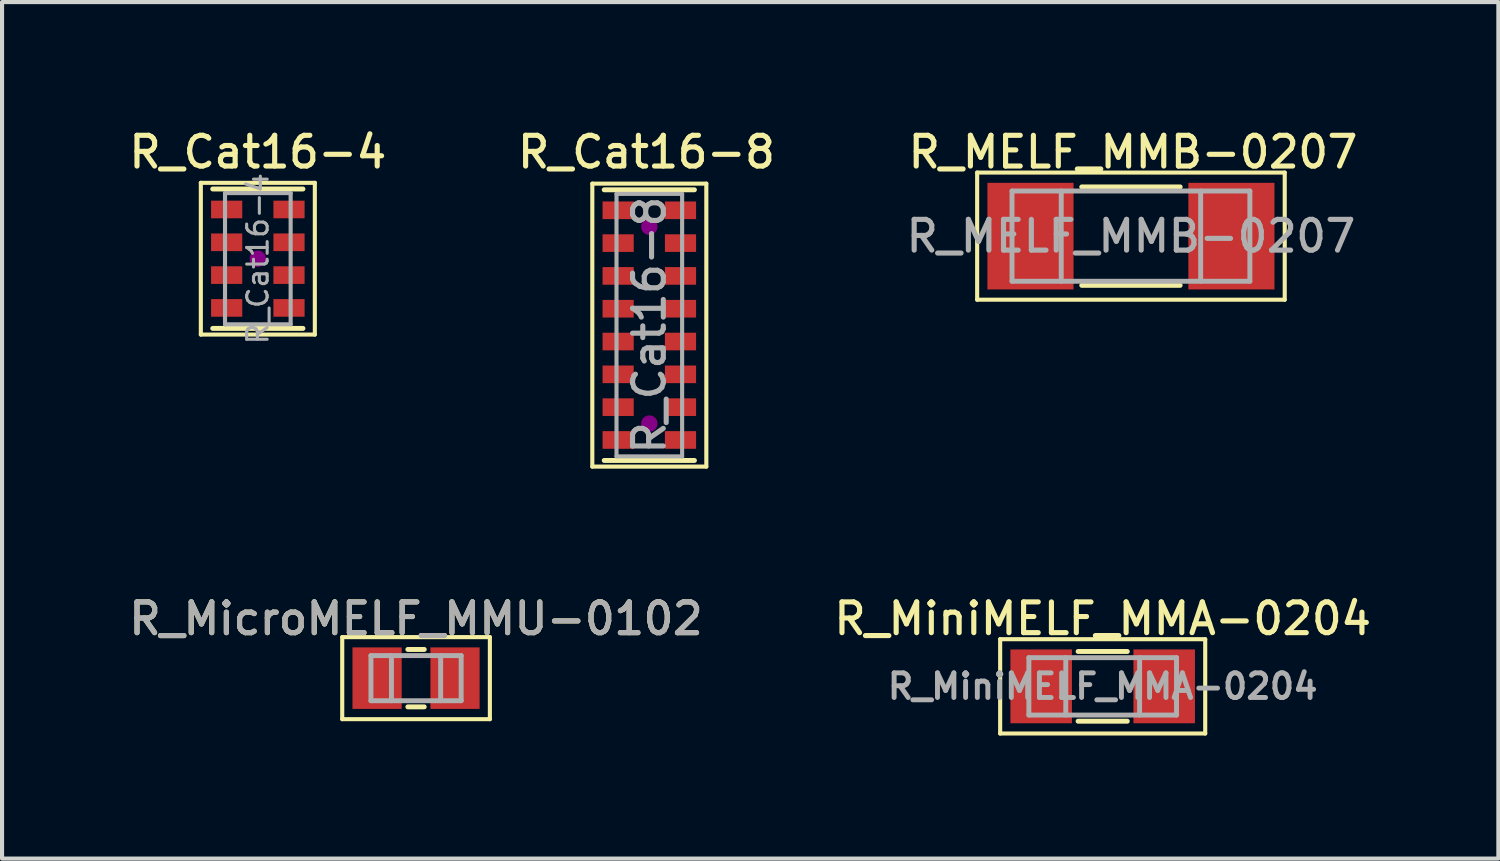
<source format=kicad_pcb>
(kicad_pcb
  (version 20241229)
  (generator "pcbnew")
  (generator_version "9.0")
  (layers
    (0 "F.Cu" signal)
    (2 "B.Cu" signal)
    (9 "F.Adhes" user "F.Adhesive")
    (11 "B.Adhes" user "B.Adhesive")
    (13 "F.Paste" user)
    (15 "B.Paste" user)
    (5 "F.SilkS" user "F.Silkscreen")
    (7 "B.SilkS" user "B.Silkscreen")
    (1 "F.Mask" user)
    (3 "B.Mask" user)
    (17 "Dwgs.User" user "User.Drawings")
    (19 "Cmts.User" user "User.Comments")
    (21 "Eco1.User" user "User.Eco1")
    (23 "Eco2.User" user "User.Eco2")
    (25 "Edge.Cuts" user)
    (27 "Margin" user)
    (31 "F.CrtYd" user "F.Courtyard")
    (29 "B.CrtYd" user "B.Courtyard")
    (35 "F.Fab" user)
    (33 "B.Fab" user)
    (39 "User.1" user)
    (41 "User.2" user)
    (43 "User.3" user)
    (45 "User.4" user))
  (footprint "R_Cat16-8"
    (layer "F.Cu")
    (at 12.783 4.878)
    (property "Reference" "R_Cat16-8" (at -0.07 -4.22 0) (layer "F.SilkS") (effects (font (size 0.75 0.75) (thickness 0.125))))
    (attr smd)
    (fp_line (start -1.39 -3.45) (end -1.39 3.45) (stroke (width 0.1) (type solid)) (layer "F.SilkS"))
    (fp_line (start -1.39 -3.45) (end 1.39 -3.45) (stroke (width 0.1) (type solid)) (layer "F.SilkS"))
    (fp_line (start 1.1 -3.3) (end -1.1 -3.3) (stroke (width 0.12) (type solid)) (layer "F.SilkS"))
    (fp_line (start 1.1 3.3) (end -1.1 3.3) (stroke (width 0.12) (type solid)) (layer "F.SilkS"))
    (fp_line (start 1.39 3.45) (end -1.39 3.45) (stroke (width 0.1) (type solid)) (layer "F.SilkS"))
    (fp_line (start 1.39 3.45) (end 1.39 -3.45) (stroke (width 0.1) (type solid)) (layer "F.SilkS"))
    (fp_circle (center 0 -2.4) (end -0.1 -2.4) (stroke (width 0.2) (type solid)) (fill no) (layer "F.Adhes"))
    (fp_circle (center 0 2.4) (end -0.1 2.4) (stroke (width 0.2) (type solid)) (fill no) (layer "F.Adhes"))
    (fp_line (start -0.8 -3.2) (end 0.8 -3.2) (stroke (width 0.1) (type solid)) (layer "F.Fab"))
    (fp_line (start -0.8 3.2) (end -0.8 -3.2) (stroke (width 0.1) (type solid)) (layer "F.Fab"))
    (fp_line (start 0.8 -3.2) (end 0.8 3.2) (stroke (width 0.1) (type solid)) (layer "F.Fab"))
    (fp_line (start 0.8 3.2) (end -0.8 3.2) (stroke (width 0.1) (type solid)) (layer "F.Fab"))
    (fp_text user "${REFERENCE}" (at 0 0 90) (layer "F.Fab") (effects (font (size 0.75 0.75) (thickness 0.125))))
    (pad "1" smd rect (at -0.76 -2.8 180) (size 0.76 0.43) (layers "F.Cu" "F.Mask" "F.Paste"))
    (pad "2" smd rect (at -0.76 -2 180) (size 0.76 0.43) (layers "F.Cu" "F.Mask" "F.Paste"))
    (pad "3" smd rect (at -0.76 -1.2 180) (size 0.76 0.43) (layers "F.Cu" "F.Mask" "F.Paste"))
    (pad "4" smd rect (at -0.76 -0.4 180) (size 0.76 0.43) (layers "F.Cu" "F.Mask" "F.Paste"))
    (pad "5" smd rect (at -0.76 0.4 180) (size 0.76 0.43) (layers "F.Cu" "F.Mask" "F.Paste"))
    (pad "6" smd rect (at -0.76 1.2 180) (size 0.76 0.43) (layers "F.Cu" "F.Mask" "F.Paste"))
    (pad "7" smd rect (at -0.76 2 180) (size 0.76 0.43) (layers "F.Cu" "F.Mask" "F.Paste"))
    (pad "8" smd rect (at -0.76 2.8 180) (size 0.76 0.43) (layers "F.Cu" "F.Mask" "F.Paste"))
    (pad "9" smd rect (at 0.76 2.8 180) (size 0.76 0.43) (layers "F.Cu" "F.Mask" "F.Paste"))
    (pad "10" smd rect (at 0.76 2 180) (size 0.76 0.43) (layers "F.Cu" "F.Mask" "F.Paste"))
    (pad "11" smd rect (at 0.76 1.2 180) (size 0.76 0.43) (layers "F.Cu" "F.Mask" "F.Paste"))
    (pad "12" smd rect (at 0.76 0.4 180) (size 0.76 0.43) (layers "F.Cu" "F.Mask" "F.Paste"))
    (pad "13" smd rect (at 0.76 -0.4 180) (size 0.76 0.43) (layers "F.Cu" "F.Mask" "F.Paste"))
    (pad "14" smd rect (at 0.76 -1.2 180) (size 0.76 0.43) (layers "F.Cu" "F.Mask" "F.Paste"))
    (pad "15" smd rect (at 0.76 -2 180) (size 0.76 0.43) (layers "F.Cu" "F.Mask" "F.Paste"))
    (pad "16" smd rect (at 0.76 -2.8 180) (size 0.76 0.43) (layers "F.Cu" "F.Mask" "F.Paste")))
  (footprint "R_MELF_MMB-0207"
    (layer "F.Cu")
    (at 24.527 2.708)
    (property "Reference" "R_MELF_MMB-0207" (at 0.05 -2.05 0) (layer "F.SilkS") (effects (font (size 0.75 0.75) (thickness 0.125))))
    (attr smd)
    (fp_line (start -3.75 -1.55) (end -3.75 1.55) (stroke (width 0.1) (type solid)) (layer "F.SilkS"))
    (fp_line (start -3.75 -1.55) (end 3.75 -1.55) (stroke (width 0.1) (type solid)) (layer "F.SilkS"))
    (fp_line (start 1.2 -1.2) (end -1.2 -1.2) (stroke (width 0.12) (type solid)) (layer "F.SilkS"))
    (fp_line (start 1.2 1.2) (end -1.2 1.2) (stroke (width 0.12) (type solid)) (layer "F.SilkS"))
    (fp_line (start 3.75 1.55) (end -3.75 1.55) (stroke (width 0.1) (type solid)) (layer "F.SilkS"))
    (fp_line (start 3.75 1.55) (end 3.75 -1.55) (stroke (width 0.1) (type solid)) (layer "F.SilkS"))
    (fp_line (start -2.9 -1.1) (end -2.9 1.1) (stroke (width 0.12) (type solid)) (layer "F.Fab"))
    (fp_line (start -2.9 1.1) (end 2.9 1.1) (stroke (width 0.12) (type solid)) (layer "F.Fab"))
    (fp_line (start -1.7 -1.1) (end -1.7 1.1) (stroke (width 0.12) (type solid)) (layer "F.Fab"))
    (fp_line (start 1.7 -1.1) (end 1.7 1.1) (stroke (width 0.12) (type solid)) (layer "F.Fab"))
    (fp_line (start 2.9 -1.1) (end -2.9 -1.1) (stroke (width 0.12) (type solid)) (layer "F.Fab"))
    (fp_line (start 2.9 1.1) (end 2.9 -1.1) (stroke (width 0.12) (type solid)) (layer "F.Fab"))
    (fp_text user "${REFERENCE}" (at 0 0 0) (layer "F.Fab") (effects (font (size 0.75 0.75) (thickness 0.125))))
    (pad "1" smd rect (at -2.45 0) (size 2.1 2.6) (layers "F.Cu" "F.Mask" "F.Paste"))
    (pad "2" smd rect (at 2.45 0) (size 2.1 2.6) (layers "F.Cu" "F.Mask" "F.Paste")))
  (footprint "R_MicroMELF_MMU-0102"
    (layer "F.Cu")
    (at 7.095 13.486)
    (property "Reference" "R_MicroMELF_MMU-0102" (at 0 -1.45 0) (layer "F.SilkS") (effects (font (size 0.75 0.75) (thickness 0.125))))
    (attr smd)
    (fp_line (start -1.8 -1) (end -1.8 1) (stroke (width 0.1) (type solid)) (layer "F.SilkS"))
    (fp_line (start -1.8 -1) (end 1.8 -1) (stroke (width 0.1) (type solid)) (layer "F.SilkS"))
    (fp_line (start -0.2 -0.7) (end 0.2 -0.7) (stroke (width 0.12) (type solid)) (layer "F.SilkS"))
    (fp_line (start 0.2 0.7) (end -0.2 0.7) (stroke (width 0.12) (type solid)) (layer "F.SilkS"))
    (fp_line (start 1.8 1) (end -1.8 1) (stroke (width 0.1) (type solid)) (layer "F.SilkS"))
    (fp_line (start 1.8 1) (end 1.8 -1) (stroke (width 0.1) (type solid)) (layer "F.SilkS"))
    (fp_line (start -1.1 -0.55) (end 1.1 -0.55) (stroke (width 0.12) (type solid)) (layer "F.Fab"))
    (fp_line (start -1.1 0.55) (end -1.1 -0.55) (stroke (width 0.12) (type solid)) (layer "F.Fab"))
    (fp_line (start -0.6 -0.55) (end -0.6 0.55) (stroke (width 0.12) (type solid)) (layer "F.Fab"))
    (fp_line (start 0.6 -0.55) (end 0.6 0.55) (stroke (width 0.12) (type solid)) (layer "F.Fab"))
    (fp_line (start 1.1 -0.55) (end 1.1 0.55) (stroke (width 0.12) (type solid)) (layer "F.Fab"))
    (fp_line (start 1.1 0.55) (end -1.1 0.55) (stroke (width 0.12) (type solid)) (layer "F.Fab"))
    (fp_text user "${REFERENCE}" (at 0 -1.45 0) (layer "F.Fab") (effects (font (size 0.75 0.75) (thickness 0.125))))
    (pad "1" smd rect (at -0.95 0) (size 1.2 1.5) (layers "F.Cu" "F.Mask" "F.Paste"))
    (pad "2" smd rect (at 0.95 0) (size 1.2 1.5) (layers "F.Cu" "F.Mask" "F.Paste")))
  (footprint "R_MiniMELF_MMA-0204"
    (layer "F.Cu")
    (at 23.838 13.686)
    (property "Reference" "R_MiniMELF_MMA-0204" (at 0 -1.65 0) (layer "F.SilkS") (effects (font (size 0.75 0.75) (thickness 0.125))))
    (attr smd)
    (fp_line (start -2.5 -1.15) (end -2.5 1.15) (stroke (width 0.1) (type solid)) (layer "F.SilkS"))
    (fp_line (start -2.5 -1.15) (end 2.5 -1.15) (stroke (width 0.1) (type solid)) (layer "F.SilkS"))
    (fp_line (start -0.6 -0.85) (end 0.6 -0.85) (stroke (width 0.12) (type solid)) (layer "F.SilkS"))
    (fp_line (start 0.6 0.85) (end -0.6 0.85) (stroke (width 0.12) (type solid)) (layer "F.SilkS"))
    (fp_line (start 2.5 1.15) (end -2.5 1.15) (stroke (width 0.1) (type solid)) (layer "F.SilkS"))
    (fp_line (start 2.5 1.15) (end 2.5 -1.15) (stroke (width 0.1) (type solid)) (layer "F.SilkS"))
    (fp_line (start -1.8 -0.7) (end -1.8 0.7) (stroke (width 0.12) (type solid)) (layer "F.Fab"))
    (fp_line (start -1.8 0.7) (end 1.8 0.7) (stroke (width 0.12) (type solid)) (layer "F.Fab"))
    (fp_line (start -0.9 -0.7) (end -0.9 0.7) (stroke (width 0.12) (type solid)) (layer "F.Fab"))
    (fp_line (start 0.9 0.7) (end 0.9 -0.7) (stroke (width 0.12) (type solid)) (layer "F.Fab"))
    (fp_line (start 1.8 -0.7) (end -1.8 -0.7) (stroke (width 0.12) (type solid)) (layer "F.Fab"))
    (fp_line (start 1.8 0.7) (end 1.8 -0.7) (stroke (width 0.12) (type solid)) (layer "F.Fab"))
    (fp_text user "${REFERENCE}" (at 0 0 0) (layer "F.Fab") (effects (font (size 0.6 0.6) (thickness 0.12))))
    (pad "1" smd rect (at -1.5 0) (size 1.5 1.8) (layers "F.Cu" "F.Mask" "F.Paste"))
    (pad "2" smd rect (at 1.5 0) (size 1.5 1.8) (layers "F.Cu" "F.Mask" "F.Paste")))
  (footprint "R_Cat16-4"
    (layer "F.Cu")
    (at 3.237 3.258)
    (property "Reference" "R_Cat16-4" (at 0 -2.6 0) (layer "F.SilkS") (effects (font (size 0.75 0.75) (thickness 0.125))))
    (attr smd)
    (fp_line (start -1.39 -1.85) (end -1.39 1.85) (stroke (width 0.1) (type solid)) (layer "F.SilkS"))
    (fp_line (start -1.39 -1.85) (end 1.39 -1.85) (stroke (width 0.1) (type solid)) (layer "F.SilkS"))
    (fp_line (start 1.1 -1.7) (end -1.1 -1.7) (stroke (width 0.12) (type solid)) (layer "F.SilkS"))
    (fp_line (start 1.1 1.7) (end -1.1 1.7) (stroke (width 0.12) (type solid)) (layer "F.SilkS"))
    (fp_line (start 1.39 1.85) (end -1.39 1.85) (stroke (width 0.1) (type solid)) (layer "F.SilkS"))
    (fp_line (start 1.39 1.85) (end 1.39 -1.85) (stroke (width 0.1) (type solid)) (layer "F.SilkS"))
    (fp_circle (center 0 0) (end -0.1 0) (stroke (width 0.2) (type solid)) (fill no) (layer "F.Adhes"))
    (fp_line (start -0.8 -1.6) (end 0.8 -1.6) (stroke (width 0.1) (type solid)) (layer "F.Fab"))
    (fp_line (start -0.8 1.6) (end -0.8 -1.6) (stroke (width 0.1) (type solid)) (layer "F.Fab"))
    (fp_line (start 0.8 -1.6) (end 0.8 1.6) (stroke (width 0.1) (type solid)) (layer "F.Fab"))
    (fp_line (start 0.8 1.6) (end -0.8 1.6) (stroke (width 0.1) (type solid)) (layer "F.Fab"))
    (fp_text user "${REFERENCE}" (at 0 0 90) (layer "F.Fab") (effects (font (size 0.5 0.5) (thickness 0.075))))
    (pad "1" smd rect (at -0.76 -1.2 180) (size 0.76 0.43) (layers "F.Cu" "F.Mask" "F.Paste"))
    (pad "2" smd rect (at -0.76 -0.4 180) (size 0.76 0.43) (layers "F.Cu" "F.Mask" "F.Paste"))
    (pad "3" smd rect (at -0.76 0.4 180) (size 0.76 0.43) (layers "F.Cu" "F.Mask" "F.Paste"))
    (pad "4" smd rect (at -0.76 1.2 180) (size 0.76 0.43) (layers "F.Cu" "F.Mask" "F.Paste"))
    (pad "5" smd rect (at 0.76 1.2 180) (size 0.76 0.43) (layers "F.Cu" "F.Mask" "F.Paste"))
    (pad "6" smd rect (at 0.76 0.4 180) (size 0.76 0.43) (layers "F.Cu" "F.Mask" "F.Paste"))
    (pad "7" smd rect (at 0.76 -0.4 180) (size 0.76 0.43) (layers "F.Cu" "F.Mask" "F.Paste"))
    (pad "8" smd rect (at 0.76 -1.2 180) (size 0.76 0.43) (layers "F.Cu" "F.Mask" "F.Paste")))
  (gr_rect
    (start -3 -3)
    (end 33.486 17.886)
    (stroke (width 0.1) (type default))
    (fill no)
    (layer "Edge.Cuts")))
</source>
